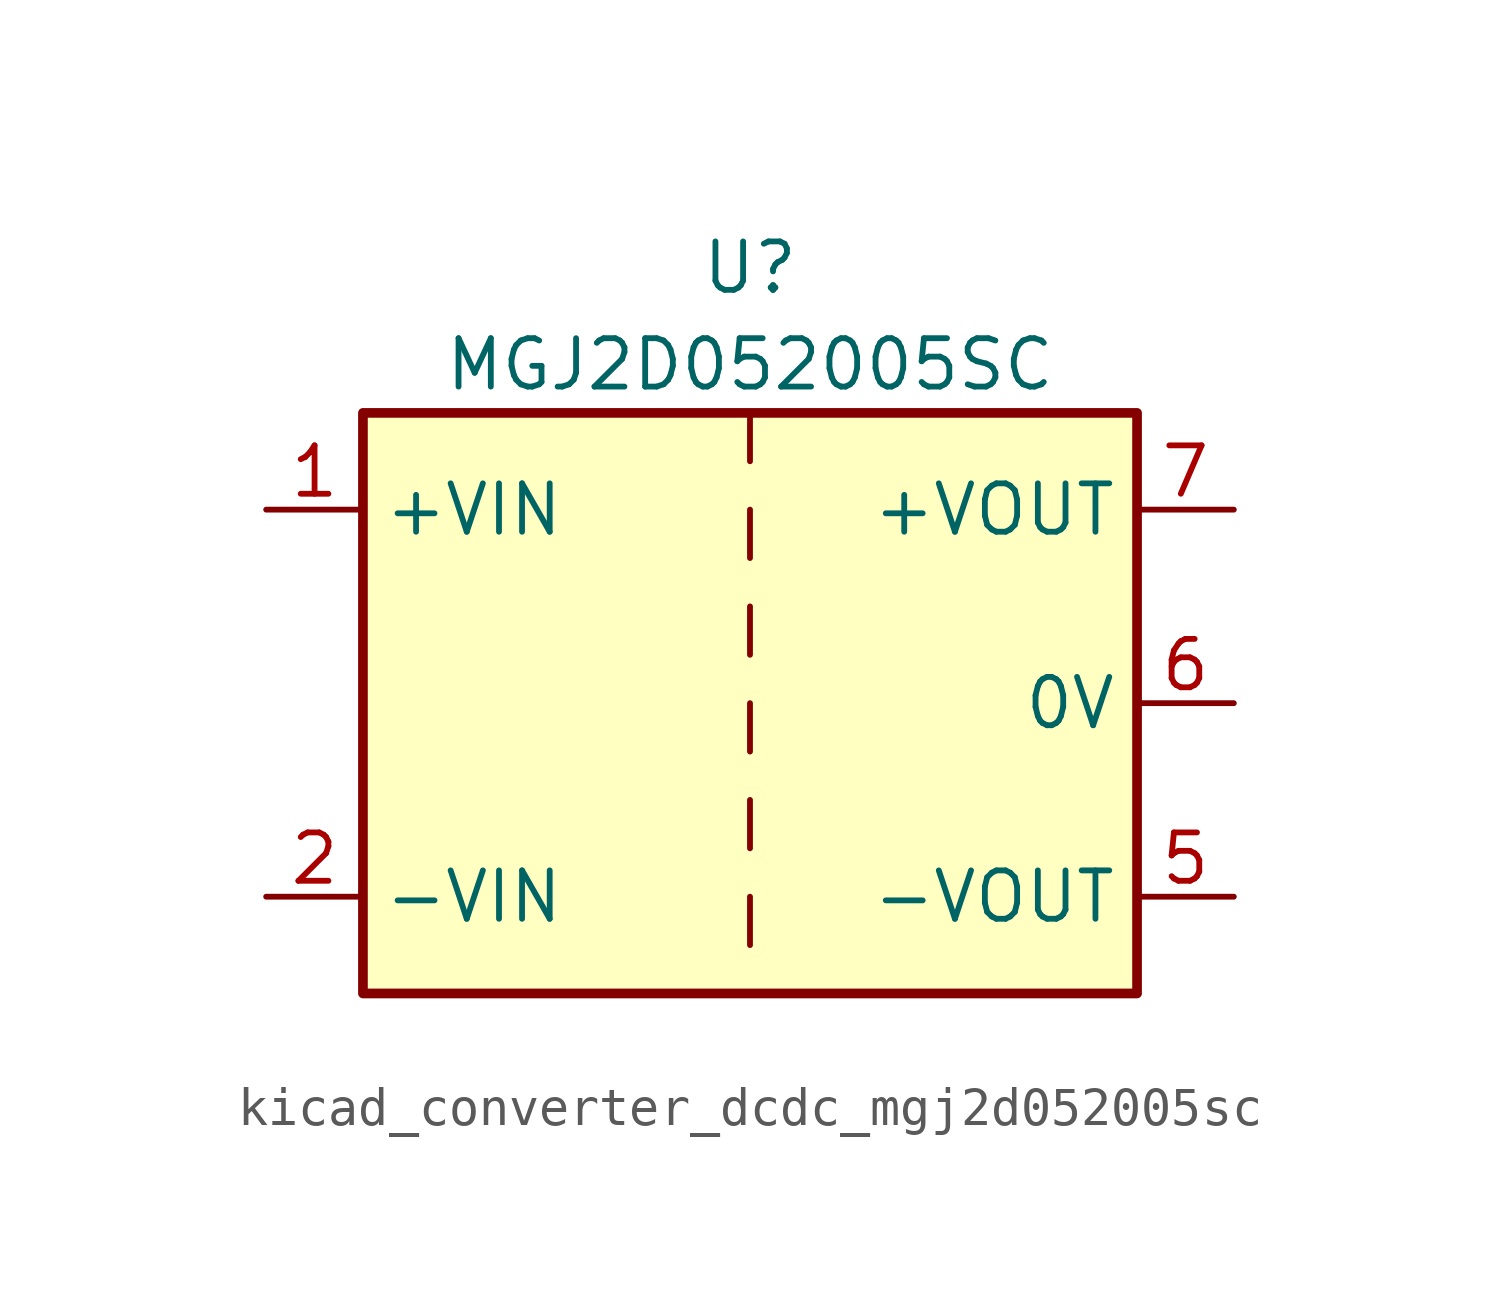
<source format=kicad_sym>
(kicad_symbol_lib
  (version 20220914)
  (generator kicad_symbol_editor)
  (symbol "kicad_converter_dcdc_mgj2d052005sc"
    (property "Reference" "U"
      (at 0 11.43 0)
      (effects (font (size 1.27 1.27))))
    (property "Value" "MGJ2D052005SC"
      (at 0 8.89 0)
      (effects (font (size 1.27 1.27))))
    (symbol "kicad_converter_dcdc_mgj2d052005sc_0_1"
      (rectangle (start -10.16 7.62) (end 10.16 -7.62) (stroke (width 0.254) (type default)) (fill (type background)))
      (polyline (pts (xy 0 -5.08) (xy 0 -6.35)) (stroke (width 0) (type default)) (fill (type none)))
      (polyline (pts (xy 0 -2.54) (xy 0 -3.81)) (stroke (width 0) (type default)) (fill (type none)))
      (polyline (pts (xy 0 0) (xy 0 -1.27)) (stroke (width 0) (type default)) (fill (type none)))
      (polyline (pts (xy 0 2.54) (xy 0 1.27)) (stroke (width 0) (type default)) (fill (type none)))
      (polyline (pts (xy 0 5.08) (xy 0 3.81)) (stroke (width 0) (type default)) (fill (type none)))
      (polyline (pts (xy 0 7.62) (xy 0 6.35)) (stroke (width 0) (type default)) (fill (type none))))
    (symbol "kicad_converter_dcdc_mgj2d052005sc_1_1"
      (pin power_in line (at -12.7 5.08 0) (length 2.54) (name "+VIN" (effects (font (size 1.27 1.27)))) (number "1" (effects (font (size 1.27 1.27)))))
      (pin power_in line (at -12.7 -5.08 0) (length 2.54) (name "-VIN" (effects (font (size 1.27 1.27)))) (number "2" (effects (font (size 1.27 1.27)))))
      (pin power_out line (at 12.7 -5.08 180) (length 2.54) (name "-VOUT" (effects (font (size 1.27 1.27)))) (number "5" (effects (font (size 1.27 1.27)))))
      (pin power_out line (at 12.7 0 180) (length 2.54) (name "0V" (effects (font (size 1.27 1.27)))) (number "6" (effects (font (size 1.27 1.27)))))
      (pin power_out line (at 12.7 5.08 180) (length 2.54) (name "+VOUT" (effects (font (size 1.27 1.27)))) (number "7" (effects (font (size 1.27 1.27))))))))
</source>
